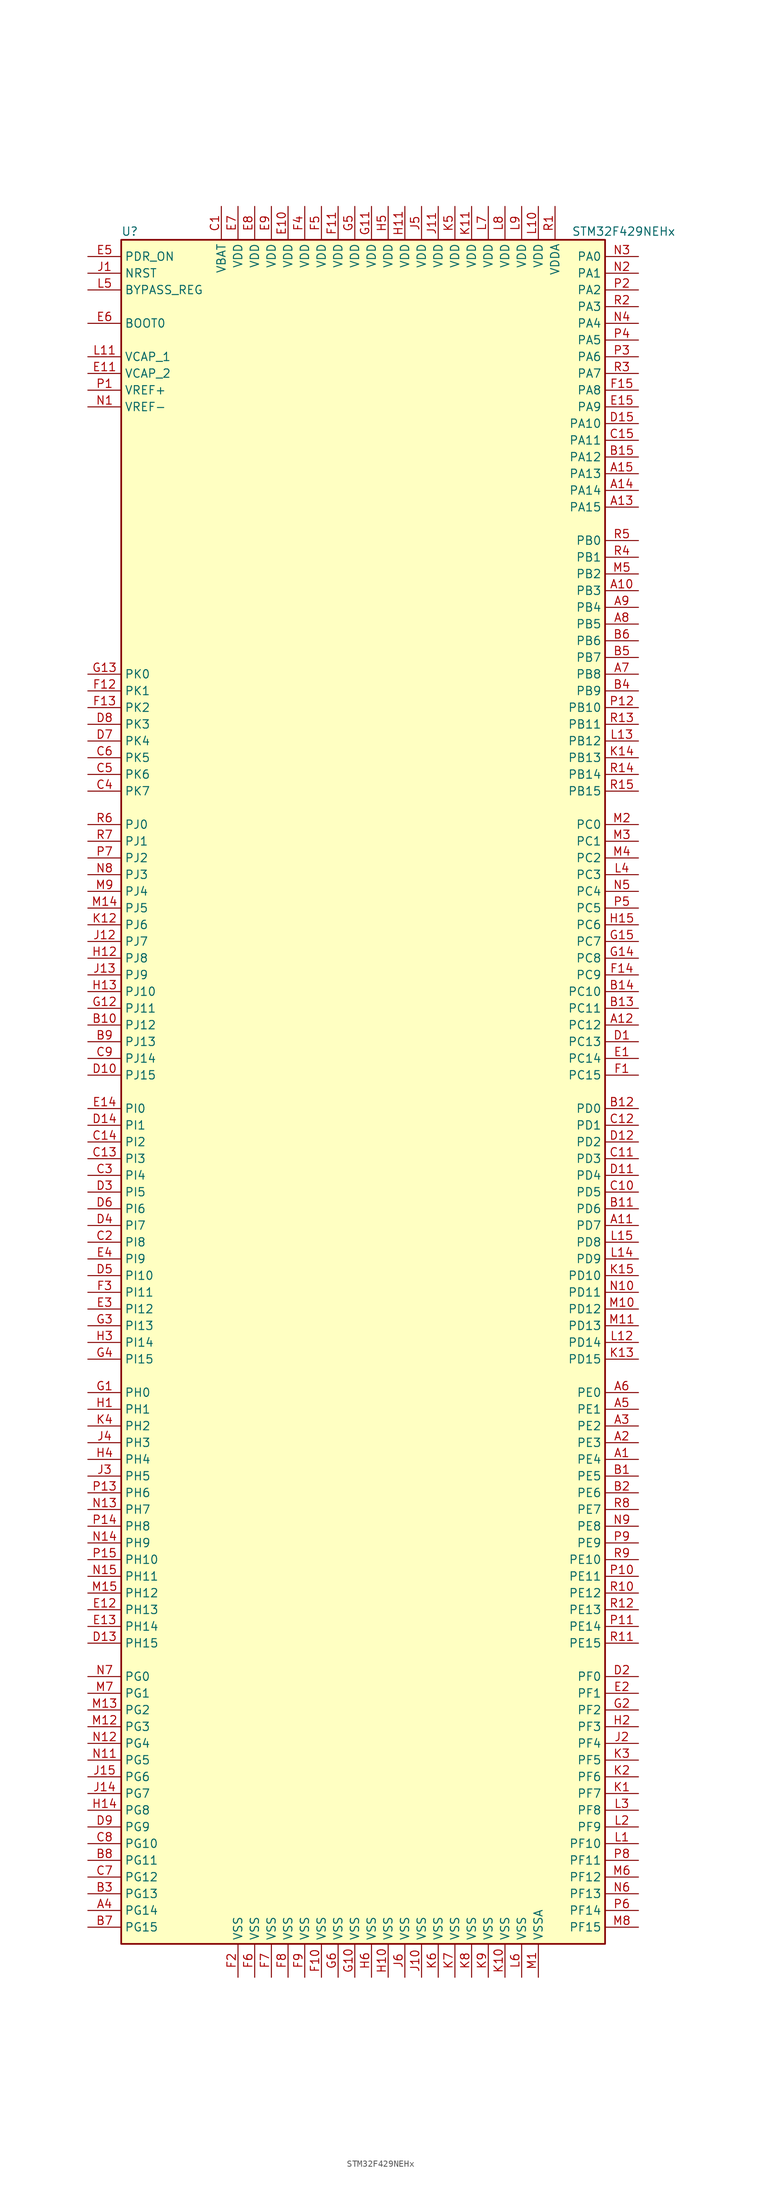
<source format=kicad_sym>
(kicad_symbol_lib
  (version 20201005)
  (generator kicad_symbol_editor)
  (symbol "STM32F429NEHx"
    (property "Reference" "U"
      (at -38.1 130.81 0)
      (effects (font (size 1.27 1.27)) (justify left)))
    (property "Value" "STM32F429NEHx"
      (at 30.48 130.81 0)
      (effects (font (size 1.27 1.27)) (justify left)))
    (symbol "STM32F429NEHx_0_1"
      (rectangle (start -38.1 -129.54) (end 35.56 129.54) (stroke (width 0.254)) (fill (type background))))
    (symbol "STM32F429NEHx_1_1"
      (pin input line (at -43.18 116.84 0) (length 5.08) (name "BOOT0" (effects (font (size 1.27 1.27)))) (number "E6" (effects (font (size 1.27 1.27)))))
      (pin input line (at -43.18 121.92 0) (length 5.08) (name "BYPASS_REG" (effects (font (size 1.27 1.27)))) (number "L5" (effects (font (size 1.27 1.27)))))
      (pin input line (at -43.18 124.46 0) (length 5.08) (name "NRST" (effects (font (size 1.27 1.27)))) (number "J1" (effects (font (size 1.27 1.27)))))
      (pin bidirectional line (at 40.64 127 180) (length 5.08) (name "PA0" (effects (font (size 1.27 1.27)))) (number "N3" (effects (font (size 1.27 1.27)))))
      (pin bidirectional line (at 40.64 124.46 180) (length 5.08) (name "PA1" (effects (font (size 1.27 1.27)))) (number "N2" (effects (font (size 1.27 1.27)))))
      (pin bidirectional line (at 40.64 101.6 180) (length 5.08) (name "PA10" (effects (font (size 1.27 1.27)))) (number "D15" (effects (font (size 1.27 1.27)))))
      (pin bidirectional line (at 40.64 99.06 180) (length 5.08) (name "PA11" (effects (font (size 1.27 1.27)))) (number "C15" (effects (font (size 1.27 1.27)))))
      (pin bidirectional line (at 40.64 96.52 180) (length 5.08) (name "PA12" (effects (font (size 1.27 1.27)))) (number "B15" (effects (font (size 1.27 1.27)))))
      (pin bidirectional line (at 40.64 93.98 180) (length 5.08) (name "PA13" (effects (font (size 1.27 1.27)))) (number "A15" (effects (font (size 1.27 1.27)))))
      (pin bidirectional line (at 40.64 91.44 180) (length 5.08) (name "PA14" (effects (font (size 1.27 1.27)))) (number "A14" (effects (font (size 1.27 1.27)))))
      (pin bidirectional line (at 40.64 88.9 180) (length 5.08) (name "PA15" (effects (font (size 1.27 1.27)))) (number "A13" (effects (font (size 1.27 1.27)))))
      (pin bidirectional line (at 40.64 121.92 180) (length 5.08) (name "PA2" (effects (font (size 1.27 1.27)))) (number "P2" (effects (font (size 1.27 1.27)))))
      (pin bidirectional line (at 40.64 119.38 180) (length 5.08) (name "PA3" (effects (font (size 1.27 1.27)))) (number "R2" (effects (font (size 1.27 1.27)))))
      (pin bidirectional line (at 40.64 116.84 180) (length 5.08) (name "PA4" (effects (font (size 1.27 1.27)))) (number "N4" (effects (font (size 1.27 1.27)))))
      (pin bidirectional line (at 40.64 114.3 180) (length 5.08) (name "PA5" (effects (font (size 1.27 1.27)))) (number "P4" (effects (font (size 1.27 1.27)))))
      (pin bidirectional line (at 40.64 111.76 180) (length 5.08) (name "PA6" (effects (font (size 1.27 1.27)))) (number "P3" (effects (font (size 1.27 1.27)))))
      (pin bidirectional line (at 40.64 109.22 180) (length 5.08) (name "PA7" (effects (font (size 1.27 1.27)))) (number "R3" (effects (font (size 1.27 1.27)))))
      (pin bidirectional line (at 40.64 106.68 180) (length 5.08) (name "PA8" (effects (font (size 1.27 1.27)))) (number "F15" (effects (font (size 1.27 1.27)))))
      (pin bidirectional line (at 40.64 104.14 180) (length 5.08) (name "PA9" (effects (font (size 1.27 1.27)))) (number "E15" (effects (font (size 1.27 1.27)))))
      (pin bidirectional line (at 40.64 83.82 180) (length 5.08) (name "PB0" (effects (font (size 1.27 1.27)))) (number "R5" (effects (font (size 1.27 1.27)))))
      (pin bidirectional line (at 40.64 81.28 180) (length 5.08) (name "PB1" (effects (font (size 1.27 1.27)))) (number "R4" (effects (font (size 1.27 1.27)))))
      (pin bidirectional line (at 40.64 58.42 180) (length 5.08) (name "PB10" (effects (font (size 1.27 1.27)))) (number "P12" (effects (font (size 1.27 1.27)))))
      (pin bidirectional line (at 40.64 55.88 180) (length 5.08) (name "PB11" (effects (font (size 1.27 1.27)))) (number "R13" (effects (font (size 1.27 1.27)))))
      (pin bidirectional line (at 40.64 53.34 180) (length 5.08) (name "PB12" (effects (font (size 1.27 1.27)))) (number "L13" (effects (font (size 1.27 1.27)))))
      (pin bidirectional line (at 40.64 50.8 180) (length 5.08) (name "PB13" (effects (font (size 1.27 1.27)))) (number "K14" (effects (font (size 1.27 1.27)))))
      (pin bidirectional line (at 40.64 48.26 180) (length 5.08) (name "PB14" (effects (font (size 1.27 1.27)))) (number "R14" (effects (font (size 1.27 1.27)))))
      (pin bidirectional line (at 40.64 45.72 180) (length 5.08) (name "PB15" (effects (font (size 1.27 1.27)))) (number "R15" (effects (font (size 1.27 1.27)))))
      (pin bidirectional line (at 40.64 78.74 180) (length 5.08) (name "PB2" (effects (font (size 1.27 1.27)))) (number "M5" (effects (font (size 1.27 1.27)))))
      (pin bidirectional line (at 40.64 76.2 180) (length 5.08) (name "PB3" (effects (font (size 1.27 1.27)))) (number "A10" (effects (font (size 1.27 1.27)))))
      (pin bidirectional line (at 40.64 73.66 180) (length 5.08) (name "PB4" (effects (font (size 1.27 1.27)))) (number "A9" (effects (font (size 1.27 1.27)))))
      (pin bidirectional line (at 40.64 71.12 180) (length 5.08) (name "PB5" (effects (font (size 1.27 1.27)))) (number "A8" (effects (font (size 1.27 1.27)))))
      (pin bidirectional line (at 40.64 68.58 180) (length 5.08) (name "PB6" (effects (font (size 1.27 1.27)))) (number "B6" (effects (font (size 1.27 1.27)))))
      (pin bidirectional line (at 40.64 66.04 180) (length 5.08) (name "PB7" (effects (font (size 1.27 1.27)))) (number "B5" (effects (font (size 1.27 1.27)))))
      (pin bidirectional line (at 40.64 63.5 180) (length 5.08) (name "PB8" (effects (font (size 1.27 1.27)))) (number "A7" (effects (font (size 1.27 1.27)))))
      (pin bidirectional line (at 40.64 60.96 180) (length 5.08) (name "PB9" (effects (font (size 1.27 1.27)))) (number "B4" (effects (font (size 1.27 1.27)))))
      (pin bidirectional line (at 40.64 40.64 180) (length 5.08) (name "PC0" (effects (font (size 1.27 1.27)))) (number "M2" (effects (font (size 1.27 1.27)))))
      (pin bidirectional line (at 40.64 38.1 180) (length 5.08) (name "PC1" (effects (font (size 1.27 1.27)))) (number "M3" (effects (font (size 1.27 1.27)))))
      (pin bidirectional line (at 40.64 15.24 180) (length 5.08) (name "PC10" (effects (font (size 1.27 1.27)))) (number "B14" (effects (font (size 1.27 1.27)))))
      (pin bidirectional line (at 40.64 12.7 180) (length 5.08) (name "PC11" (effects (font (size 1.27 1.27)))) (number "B13" (effects (font (size 1.27 1.27)))))
      (pin bidirectional line (at 40.64 10.16 180) (length 5.08) (name "PC12" (effects (font (size 1.27 1.27)))) (number "A12" (effects (font (size 1.27 1.27)))))
      (pin bidirectional line (at 40.64 7.62 180) (length 5.08) (name "PC13" (effects (font (size 1.27 1.27)))) (number "D1" (effects (font (size 1.27 1.27)))))
      (pin bidirectional line (at 40.64 5.08 180) (length 5.08) (name "PC14" (effects (font (size 1.27 1.27)))) (number "E1" (effects (font (size 1.27 1.27)))))
      (pin bidirectional line (at 40.64 2.54 180) (length 5.08) (name "PC15" (effects (font (size 1.27 1.27)))) (number "F1" (effects (font (size 1.27 1.27)))))
      (pin bidirectional line (at 40.64 35.56 180) (length 5.08) (name "PC2" (effects (font (size 1.27 1.27)))) (number "M4" (effects (font (size 1.27 1.27)))))
      (pin bidirectional line (at 40.64 33.02 180) (length 5.08) (name "PC3" (effects (font (size 1.27 1.27)))) (number "L4" (effects (font (size 1.27 1.27)))))
      (pin bidirectional line (at 40.64 30.48 180) (length 5.08) (name "PC4" (effects (font (size 1.27 1.27)))) (number "N5" (effects (font (size 1.27 1.27)))))
      (pin bidirectional line (at 40.64 27.94 180) (length 5.08) (name "PC5" (effects (font (size 1.27 1.27)))) (number "P5" (effects (font (size 1.27 1.27)))))
      (pin bidirectional line (at 40.64 25.4 180) (length 5.08) (name "PC6" (effects (font (size 1.27 1.27)))) (number "H15" (effects (font (size 1.27 1.27)))))
      (pin bidirectional line (at 40.64 22.86 180) (length 5.08) (name "PC7" (effects (font (size 1.27 1.27)))) (number "G15" (effects (font (size 1.27 1.27)))))
      (pin bidirectional line (at 40.64 20.32 180) (length 5.08) (name "PC8" (effects (font (size 1.27 1.27)))) (number "G14" (effects (font (size 1.27 1.27)))))
      (pin bidirectional line (at 40.64 17.78 180) (length 5.08) (name "PC9" (effects (font (size 1.27 1.27)))) (number "F14" (effects (font (size 1.27 1.27)))))
      (pin bidirectional line (at 40.64 -2.54 180) (length 5.08) (name "PD0" (effects (font (size 1.27 1.27)))) (number "B12" (effects (font (size 1.27 1.27)))))
      (pin bidirectional line (at 40.64 -5.08 180) (length 5.08) (name "PD1" (effects (font (size 1.27 1.27)))) (number "C12" (effects (font (size 1.27 1.27)))))
      (pin bidirectional line (at 40.64 -27.94 180) (length 5.08) (name "PD10" (effects (font (size 1.27 1.27)))) (number "K15" (effects (font (size 1.27 1.27)))))
      (pin bidirectional line (at 40.64 -30.48 180) (length 5.08) (name "PD11" (effects (font (size 1.27 1.27)))) (number "N10" (effects (font (size 1.27 1.27)))))
      (pin bidirectional line (at 40.64 -33.02 180) (length 5.08) (name "PD12" (effects (font (size 1.27 1.27)))) (number "M10" (effects (font (size 1.27 1.27)))))
      (pin bidirectional line (at 40.64 -35.56 180) (length 5.08) (name "PD13" (effects (font (size 1.27 1.27)))) (number "M11" (effects (font (size 1.27 1.27)))))
      (pin bidirectional line (at 40.64 -38.1 180) (length 5.08) (name "PD14" (effects (font (size 1.27 1.27)))) (number "L12" (effects (font (size 1.27 1.27)))))
      (pin bidirectional line (at 40.64 -40.64 180) (length 5.08) (name "PD15" (effects (font (size 1.27 1.27)))) (number "K13" (effects (font (size 1.27 1.27)))))
      (pin bidirectional line (at 40.64 -7.62 180) (length 5.08) (name "PD2" (effects (font (size 1.27 1.27)))) (number "D12" (effects (font (size 1.27 1.27)))))
      (pin bidirectional line (at 40.64 -10.16 180) (length 5.08) (name "PD3" (effects (font (size 1.27 1.27)))) (number "C11" (effects (font (size 1.27 1.27)))))
      (pin bidirectional line (at 40.64 -12.7 180) (length 5.08) (name "PD4" (effects (font (size 1.27 1.27)))) (number "D11" (effects (font (size 1.27 1.27)))))
      (pin bidirectional line (at 40.64 -15.24 180) (length 5.08) (name "PD5" (effects (font (size 1.27 1.27)))) (number "C10" (effects (font (size 1.27 1.27)))))
      (pin bidirectional line (at 40.64 -17.78 180) (length 5.08) (name "PD6" (effects (font (size 1.27 1.27)))) (number "B11" (effects (font (size 1.27 1.27)))))
      (pin bidirectional line (at 40.64 -20.32 180) (length 5.08) (name "PD7" (effects (font (size 1.27 1.27)))) (number "A11" (effects (font (size 1.27 1.27)))))
      (pin bidirectional line (at 40.64 -22.86 180) (length 5.08) (name "PD8" (effects (font (size 1.27 1.27)))) (number "L15" (effects (font (size 1.27 1.27)))))
      (pin bidirectional line (at 40.64 -25.4 180) (length 5.08) (name "PD9" (effects (font (size 1.27 1.27)))) (number "L14" (effects (font (size 1.27 1.27)))))
      (pin input line (at -43.18 127 0) (length 5.08) (name "PDR_ON" (effects (font (size 1.27 1.27)))) (number "E5" (effects (font (size 1.27 1.27)))))
      (pin bidirectional line (at 40.64 -45.72 180) (length 5.08) (name "PE0" (effects (font (size 1.27 1.27)))) (number "A6" (effects (font (size 1.27 1.27)))))
      (pin bidirectional line (at 40.64 -48.26 180) (length 5.08) (name "PE1" (effects (font (size 1.27 1.27)))) (number "A5" (effects (font (size 1.27 1.27)))))
      (pin bidirectional line (at 40.64 -71.12 180) (length 5.08) (name "PE10" (effects (font (size 1.27 1.27)))) (number "R9" (effects (font (size 1.27 1.27)))))
      (pin bidirectional line (at 40.64 -73.66 180) (length 5.08) (name "PE11" (effects (font (size 1.27 1.27)))) (number "P10" (effects (font (size 1.27 1.27)))))
      (pin bidirectional line (at 40.64 -76.2 180) (length 5.08) (name "PE12" (effects (font (size 1.27 1.27)))) (number "R10" (effects (font (size 1.27 1.27)))))
      (pin bidirectional line (at 40.64 -78.74 180) (length 5.08) (name "PE13" (effects (font (size 1.27 1.27)))) (number "R12" (effects (font (size 1.27 1.27)))))
      (pin bidirectional line (at 40.64 -81.28 180) (length 5.08) (name "PE14" (effects (font (size 1.27 1.27)))) (number "P11" (effects (font (size 1.27 1.27)))))
      (pin bidirectional line (at 40.64 -83.82 180) (length 5.08) (name "PE15" (effects (font (size 1.27 1.27)))) (number "R11" (effects (font (size 1.27 1.27)))))
      (pin bidirectional line (at 40.64 -50.8 180) (length 5.08) (name "PE2" (effects (font (size 1.27 1.27)))) (number "A3" (effects (font (size 1.27 1.27)))))
      (pin bidirectional line (at 40.64 -53.34 180) (length 5.08) (name "PE3" (effects (font (size 1.27 1.27)))) (number "A2" (effects (font (size 1.27 1.27)))))
      (pin bidirectional line (at 40.64 -55.88 180) (length 5.08) (name "PE4" (effects (font (size 1.27 1.27)))) (number "A1" (effects (font (size 1.27 1.27)))))
      (pin bidirectional line (at 40.64 -58.42 180) (length 5.08) (name "PE5" (effects (font (size 1.27 1.27)))) (number "B1" (effects (font (size 1.27 1.27)))))
      (pin bidirectional line (at 40.64 -60.96 180) (length 5.08) (name "PE6" (effects (font (size 1.27 1.27)))) (number "B2" (effects (font (size 1.27 1.27)))))
      (pin bidirectional line (at 40.64 -63.5 180) (length 5.08) (name "PE7" (effects (font (size 1.27 1.27)))) (number "R8" (effects (font (size 1.27 1.27)))))
      (pin bidirectional line (at 40.64 -66.04 180) (length 5.08) (name "PE8" (effects (font (size 1.27 1.27)))) (number "N9" (effects (font (size 1.27 1.27)))))
      (pin bidirectional line (at 40.64 -68.58 180) (length 5.08) (name "PE9" (effects (font (size 1.27 1.27)))) (number "P9" (effects (font (size 1.27 1.27)))))
      (pin bidirectional line (at 40.64 -88.9 180) (length 5.08) (name "PF0" (effects (font (size 1.27 1.27)))) (number "D2" (effects (font (size 1.27 1.27)))))
      (pin bidirectional line (at 40.64 -91.44 180) (length 5.08) (name "PF1" (effects (font (size 1.27 1.27)))) (number "E2" (effects (font (size 1.27 1.27)))))
      (pin bidirectional line (at 40.64 -114.3 180) (length 5.08) (name "PF10" (effects (font (size 1.27 1.27)))) (number "L1" (effects (font (size 1.27 1.27)))))
      (pin bidirectional line (at 40.64 -116.84 180) (length 5.08) (name "PF11" (effects (font (size 1.27 1.27)))) (number "P8" (effects (font (size 1.27 1.27)))))
      (pin bidirectional line (at 40.64 -119.38 180) (length 5.08) (name "PF12" (effects (font (size 1.27 1.27)))) (number "M6" (effects (font (size 1.27 1.27)))))
      (pin bidirectional line (at 40.64 -121.92 180) (length 5.08) (name "PF13" (effects (font (size 1.27 1.27)))) (number "N6" (effects (font (size 1.27 1.27)))))
      (pin bidirectional line (at 40.64 -124.46 180) (length 5.08) (name "PF14" (effects (font (size 1.27 1.27)))) (number "P6" (effects (font (size 1.27 1.27)))))
      (pin bidirectional line (at 40.64 -127 180) (length 5.08) (name "PF15" (effects (font (size 1.27 1.27)))) (number "M8" (effects (font (size 1.27 1.27)))))
      (pin bidirectional line (at 40.64 -93.98 180) (length 5.08) (name "PF2" (effects (font (size 1.27 1.27)))) (number "G2" (effects (font (size 1.27 1.27)))))
      (pin bidirectional line (at 40.64 -96.52 180) (length 5.08) (name "PF3" (effects (font (size 1.27 1.27)))) (number "H2" (effects (font (size 1.27 1.27)))))
      (pin bidirectional line (at 40.64 -99.06 180) (length 5.08) (name "PF4" (effects (font (size 1.27 1.27)))) (number "J2" (effects (font (size 1.27 1.27)))))
      (pin bidirectional line (at 40.64 -101.6 180) (length 5.08) (name "PF5" (effects (font (size 1.27 1.27)))) (number "K3" (effects (font (size 1.27 1.27)))))
      (pin bidirectional line (at 40.64 -104.14 180) (length 5.08) (name "PF6" (effects (font (size 1.27 1.27)))) (number "K2" (effects (font (size 1.27 1.27)))))
      (pin bidirectional line (at 40.64 -106.68 180) (length 5.08) (name "PF7" (effects (font (size 1.27 1.27)))) (number "K1" (effects (font (size 1.27 1.27)))))
      (pin bidirectional line (at 40.64 -109.22 180) (length 5.08) (name "PF8" (effects (font (size 1.27 1.27)))) (number "L3" (effects (font (size 1.27 1.27)))))
      (pin bidirectional line (at 40.64 -111.76 180) (length 5.08) (name "PF9" (effects (font (size 1.27 1.27)))) (number "L2" (effects (font (size 1.27 1.27)))))
      (pin bidirectional line (at -43.18 -88.9 0) (length 5.08) (name "PG0" (effects (font (size 1.27 1.27)))) (number "N7" (effects (font (size 1.27 1.27)))))
      (pin bidirectional line (at -43.18 -91.44 0) (length 5.08) (name "PG1" (effects (font (size 1.27 1.27)))) (number "M7" (effects (font (size 1.27 1.27)))))
      (pin bidirectional line (at -43.18 -114.3 0) (length 5.08) (name "PG10" (effects (font (size 1.27 1.27)))) (number "C8" (effects (font (size 1.27 1.27)))))
      (pin bidirectional line (at -43.18 -116.84 0) (length 5.08) (name "PG11" (effects (font (size 1.27 1.27)))) (number "B8" (effects (font (size 1.27 1.27)))))
      (pin bidirectional line (at -43.18 -119.38 0) (length 5.08) (name "PG12" (effects (font (size 1.27 1.27)))) (number "C7" (effects (font (size 1.27 1.27)))))
      (pin bidirectional line (at -43.18 -121.92 0) (length 5.08) (name "PG13" (effects (font (size 1.27 1.27)))) (number "B3" (effects (font (size 1.27 1.27)))))
      (pin bidirectional line (at -43.18 -124.46 0) (length 5.08) (name "PG14" (effects (font (size 1.27 1.27)))) (number "A4" (effects (font (size 1.27 1.27)))))
      (pin bidirectional line (at -43.18 -127 0) (length 5.08) (name "PG15" (effects (font (size 1.27 1.27)))) (number "B7" (effects (font (size 1.27 1.27)))))
      (pin bidirectional line (at -43.18 -93.98 0) (length 5.08) (name "PG2" (effects (font (size 1.27 1.27)))) (number "M13" (effects (font (size 1.27 1.27)))))
      (pin bidirectional line (at -43.18 -96.52 0) (length 5.08) (name "PG3" (effects (font (size 1.27 1.27)))) (number "M12" (effects (font (size 1.27 1.27)))))
      (pin bidirectional line (at -43.18 -99.06 0) (length 5.08) (name "PG4" (effects (font (size 1.27 1.27)))) (number "N12" (effects (font (size 1.27 1.27)))))
      (pin bidirectional line (at -43.18 -101.6 0) (length 5.08) (name "PG5" (effects (font (size 1.27 1.27)))) (number "N11" (effects (font (size 1.27 1.27)))))
      (pin bidirectional line (at -43.18 -104.14 0) (length 5.08) (name "PG6" (effects (font (size 1.27 1.27)))) (number "J15" (effects (font (size 1.27 1.27)))))
      (pin bidirectional line (at -43.18 -106.68 0) (length 5.08) (name "PG7" (effects (font (size 1.27 1.27)))) (number "J14" (effects (font (size 1.27 1.27)))))
      (pin bidirectional line (at -43.18 -109.22 0) (length 5.08) (name "PG8" (effects (font (size 1.27 1.27)))) (number "H14" (effects (font (size 1.27 1.27)))))
      (pin bidirectional line (at -43.18 -111.76 0) (length 5.08) (name "PG9" (effects (font (size 1.27 1.27)))) (number "D9" (effects (font (size 1.27 1.27)))))
      (pin input line (at -43.18 -45.72 0) (length 5.08) (name "PH0" (effects (font (size 1.27 1.27)))) (number "G1" (effects (font (size 1.27 1.27)))))
      (pin input line (at -43.18 -48.26 0) (length 5.08) (name "PH1" (effects (font (size 1.27 1.27)))) (number "H1" (effects (font (size 1.27 1.27)))))
      (pin bidirectional line (at -43.18 -71.12 0) (length 5.08) (name "PH10" (effects (font (size 1.27 1.27)))) (number "P15" (effects (font (size 1.27 1.27)))))
      (pin bidirectional line (at -43.18 -73.66 0) (length 5.08) (name "PH11" (effects (font (size 1.27 1.27)))) (number "N15" (effects (font (size 1.27 1.27)))))
      (pin bidirectional line (at -43.18 -76.2 0) (length 5.08) (name "PH12" (effects (font (size 1.27 1.27)))) (number "M15" (effects (font (size 1.27 1.27)))))
      (pin bidirectional line (at -43.18 -78.74 0) (length 5.08) (name "PH13" (effects (font (size 1.27 1.27)))) (number "E12" (effects (font (size 1.27 1.27)))))
      (pin bidirectional line (at -43.18 -81.28 0) (length 5.08) (name "PH14" (effects (font (size 1.27 1.27)))) (number "E13" (effects (font (size 1.27 1.27)))))
      (pin bidirectional line (at -43.18 -83.82 0) (length 5.08) (name "PH15" (effects (font (size 1.27 1.27)))) (number "D13" (effects (font (size 1.27 1.27)))))
      (pin bidirectional line (at -43.18 -50.8 0) (length 5.08) (name "PH2" (effects (font (size 1.27 1.27)))) (number "K4" (effects (font (size 1.27 1.27)))))
      (pin bidirectional line (at -43.18 -53.34 0) (length 5.08) (name "PH3" (effects (font (size 1.27 1.27)))) (number "J4" (effects (font (size 1.27 1.27)))))
      (pin bidirectional line (at -43.18 -55.88 0) (length 5.08) (name "PH4" (effects (font (size 1.27 1.27)))) (number "H4" (effects (font (size 1.27 1.27)))))
      (pin bidirectional line (at -43.18 -58.42 0) (length 5.08) (name "PH5" (effects (font (size 1.27 1.27)))) (number "J3" (effects (font (size 1.27 1.27)))))
      (pin bidirectional line (at -43.18 -60.96 0) (length 5.08) (name "PH6" (effects (font (size 1.27 1.27)))) (number "P13" (effects (font (size 1.27 1.27)))))
      (pin bidirectional line (at -43.18 -63.5 0) (length 5.08) (name "PH7" (effects (font (size 1.27 1.27)))) (number "N13" (effects (font (size 1.27 1.27)))))
      (pin bidirectional line (at -43.18 -66.04 0) (length 5.08) (name "PH8" (effects (font (size 1.27 1.27)))) (number "P14" (effects (font (size 1.27 1.27)))))
      (pin bidirectional line (at -43.18 -68.58 0) (length 5.08) (name "PH9" (effects (font (size 1.27 1.27)))) (number "N14" (effects (font (size 1.27 1.27)))))
      (pin bidirectional line (at -43.18 -2.54 0) (length 5.08) (name "PI0" (effects (font (size 1.27 1.27)))) (number "E14" (effects (font (size 1.27 1.27)))))
      (pin bidirectional line (at -43.18 -5.08 0) (length 5.08) (name "PI1" (effects (font (size 1.27 1.27)))) (number "D14" (effects (font (size 1.27 1.27)))))
      (pin bidirectional line (at -43.18 -27.94 0) (length 5.08) (name "PI10" (effects (font (size 1.27 1.27)))) (number "D5" (effects (font (size 1.27 1.27)))))
      (pin bidirectional line (at -43.18 -30.48 0) (length 5.08) (name "PI11" (effects (font (size 1.27 1.27)))) (number "F3" (effects (font (size 1.27 1.27)))))
      (pin bidirectional line (at -43.18 -33.02 0) (length 5.08) (name "PI12" (effects (font (size 1.27 1.27)))) (number "E3" (effects (font (size 1.27 1.27)))))
      (pin bidirectional line (at -43.18 -35.56 0) (length 5.08) (name "PI13" (effects (font (size 1.27 1.27)))) (number "G3" (effects (font (size 1.27 1.27)))))
      (pin bidirectional line (at -43.18 -38.1 0) (length 5.08) (name "PI14" (effects (font (size 1.27 1.27)))) (number "H3" (effects (font (size 1.27 1.27)))))
      (pin bidirectional line (at -43.18 -40.64 0) (length 5.08) (name "PI15" (effects (font (size 1.27 1.27)))) (number "G4" (effects (font (size 1.27 1.27)))))
      (pin bidirectional line (at -43.18 -7.62 0) (length 5.08) (name "PI2" (effects (font (size 1.27 1.27)))) (number "C14" (effects (font (size 1.27 1.27)))))
      (pin bidirectional line (at -43.18 -10.16 0) (length 5.08) (name "PI3" (effects (font (size 1.27 1.27)))) (number "C13" (effects (font (size 1.27 1.27)))))
      (pin bidirectional line (at -43.18 -12.7 0) (length 5.08) (name "PI4" (effects (font (size 1.27 1.27)))) (number "C3" (effects (font (size 1.27 1.27)))))
      (pin bidirectional line (at -43.18 -15.24 0) (length 5.08) (name "PI5" (effects (font (size 1.27 1.27)))) (number "D3" (effects (font (size 1.27 1.27)))))
      (pin bidirectional line (at -43.18 -17.78 0) (length 5.08) (name "PI6" (effects (font (size 1.27 1.27)))) (number "D6" (effects (font (size 1.27 1.27)))))
      (pin bidirectional line (at -43.18 -20.32 0) (length 5.08) (name "PI7" (effects (font (size 1.27 1.27)))) (number "D4" (effects (font (size 1.27 1.27)))))
      (pin bidirectional line (at -43.18 -22.86 0) (length 5.08) (name "PI8" (effects (font (size 1.27 1.27)))) (number "C2" (effects (font (size 1.27 1.27)))))
      (pin bidirectional line (at -43.18 -25.4 0) (length 5.08) (name "PI9" (effects (font (size 1.27 1.27)))) (number "E4" (effects (font (size 1.27 1.27)))))
      (pin bidirectional line (at -43.18 40.64 0) (length 5.08) (name "PJ0" (effects (font (size 1.27 1.27)))) (number "R6" (effects (font (size 1.27 1.27)))))
      (pin bidirectional line (at -43.18 38.1 0) (length 5.08) (name "PJ1" (effects (font (size 1.27 1.27)))) (number "R7" (effects (font (size 1.27 1.27)))))
      (pin bidirectional line (at -43.18 15.24 0) (length 5.08) (name "PJ10" (effects (font (size 1.27 1.27)))) (number "H13" (effects (font (size 1.27 1.27)))))
      (pin bidirectional line (at -43.18 12.7 0) (length 5.08) (name "PJ11" (effects (font (size 1.27 1.27)))) (number "G12" (effects (font (size 1.27 1.27)))))
      (pin bidirectional line (at -43.18 10.16 0) (length 5.08) (name "PJ12" (effects (font (size 1.27 1.27)))) (number "B10" (effects (font (size 1.27 1.27)))))
      (pin bidirectional line (at -43.18 7.62 0) (length 5.08) (name "PJ13" (effects (font (size 1.27 1.27)))) (number "B9" (effects (font (size 1.27 1.27)))))
      (pin bidirectional line (at -43.18 5.08 0) (length 5.08) (name "PJ14" (effects (font (size 1.27 1.27)))) (number "C9" (effects (font (size 1.27 1.27)))))
      (pin bidirectional line (at -43.18 2.54 0) (length 5.08) (name "PJ15" (effects (font (size 1.27 1.27)))) (number "D10" (effects (font (size 1.27 1.27)))))
      (pin bidirectional line (at -43.18 35.56 0) (length 5.08) (name "PJ2" (effects (font (size 1.27 1.27)))) (number "P7" (effects (font (size 1.27 1.27)))))
      (pin bidirectional line (at -43.18 33.02 0) (length 5.08) (name "PJ3" (effects (font (size 1.27 1.27)))) (number "N8" (effects (font (size 1.27 1.27)))))
      (pin bidirectional line (at -43.18 30.48 0) (length 5.08) (name "PJ4" (effects (font (size 1.27 1.27)))) (number "M9" (effects (font (size 1.27 1.27)))))
      (pin bidirectional line (at -43.18 27.94 0) (length 5.08) (name "PJ5" (effects (font (size 1.27 1.27)))) (number "M14" (effects (font (size 1.27 1.27)))))
      (pin bidirectional line (at -43.18 25.4 0) (length 5.08) (name "PJ6" (effects (font (size 1.27 1.27)))) (number "K12" (effects (font (size 1.27 1.27)))))
      (pin bidirectional line (at -43.18 22.86 0) (length 5.08) (name "PJ7" (effects (font (size 1.27 1.27)))) (number "J12" (effects (font (size 1.27 1.27)))))
      (pin bidirectional line (at -43.18 20.32 0) (length 5.08) (name "PJ8" (effects (font (size 1.27 1.27)))) (number "H12" (effects (font (size 1.27 1.27)))))
      (pin bidirectional line (at -43.18 17.78 0) (length 5.08) (name "PJ9" (effects (font (size 1.27 1.27)))) (number "J13" (effects (font (size 1.27 1.27)))))
      (pin bidirectional line (at -43.18 63.5 0) (length 5.08) (name "PK0" (effects (font (size 1.27 1.27)))) (number "G13" (effects (font (size 1.27 1.27)))))
      (pin bidirectional line (at -43.18 60.96 0) (length 5.08) (name "PK1" (effects (font (size 1.27 1.27)))) (number "F12" (effects (font (size 1.27 1.27)))))
      (pin bidirectional line (at -43.18 58.42 0) (length 5.08) (name "PK2" (effects (font (size 1.27 1.27)))) (number "F13" (effects (font (size 1.27 1.27)))))
      (pin bidirectional line (at -43.18 55.88 0) (length 5.08) (name "PK3" (effects (font (size 1.27 1.27)))) (number "D8" (effects (font (size 1.27 1.27)))))
      (pin bidirectional line (at -43.18 53.34 0) (length 5.08) (name "PK4" (effects (font (size 1.27 1.27)))) (number "D7" (effects (font (size 1.27 1.27)))))
      (pin bidirectional line (at -43.18 50.8 0) (length 5.08) (name "PK5" (effects (font (size 1.27 1.27)))) (number "C6" (effects (font (size 1.27 1.27)))))
      (pin bidirectional line (at -43.18 48.26 0) (length 5.08) (name "PK6" (effects (font (size 1.27 1.27)))) (number "C5" (effects (font (size 1.27 1.27)))))
      (pin bidirectional line (at -43.18 45.72 0) (length 5.08) (name "PK7" (effects (font (size 1.27 1.27)))) (number "C4" (effects (font (size 1.27 1.27)))))
      (pin power_in line (at -22.86 134.62 270) (length 5.08) (name "VBAT" (effects (font (size 1.27 1.27)))) (number "C1" (effects (font (size 1.27 1.27)))))
      (pin power_in line (at -43.18 111.76 0) (length 5.08) (name "VCAP_1" (effects (font (size 1.27 1.27)))) (number "L11" (effects (font (size 1.27 1.27)))))
      (pin power_in line (at -43.18 109.22 0) (length 5.08) (name "VCAP_2" (effects (font (size 1.27 1.27)))) (number "E11" (effects (font (size 1.27 1.27)))))
      (pin power_in line (at -12.7 134.62 270) (length 5.08) (name "VDD" (effects (font (size 1.27 1.27)))) (number "E10" (effects (font (size 1.27 1.27)))))
      (pin power_in line (at -20.32 134.62 270) (length 5.08) (name "VDD" (effects (font (size 1.27 1.27)))) (number "E7" (effects (font (size 1.27 1.27)))))
      (pin power_in line (at -17.78 134.62 270) (length 5.08) (name "VDD" (effects (font (size 1.27 1.27)))) (number "E8" (effects (font (size 1.27 1.27)))))
      (pin power_in line (at -15.24 134.62 270) (length 5.08) (name "VDD" (effects (font (size 1.27 1.27)))) (number "E9" (effects (font (size 1.27 1.27)))))
      (pin power_in line (at -5.08 134.62 270) (length 5.08) (name "VDD" (effects (font (size 1.27 1.27)))) (number "F11" (effects (font (size 1.27 1.27)))))
      (pin power_in line (at -10.16 134.62 270) (length 5.08) (name "VDD" (effects (font (size 1.27 1.27)))) (number "F4" (effects (font (size 1.27 1.27)))))
      (pin power_in line (at -7.62 134.62 270) (length 5.08) (name "VDD" (effects (font (size 1.27 1.27)))) (number "F5" (effects (font (size 1.27 1.27)))))
      (pin power_in line (at 0 134.62 270) (length 5.08) (name "VDD" (effects (font (size 1.27 1.27)))) (number "G11" (effects (font (size 1.27 1.27)))))
      (pin power_in line (at -2.54 134.62 270) (length 5.08) (name "VDD" (effects (font (size 1.27 1.27)))) (number "G5" (effects (font (size 1.27 1.27)))))
      (pin power_in line (at 5.08 134.62 270) (length 5.08) (name "VDD" (effects (font (size 1.27 1.27)))) (number "H11" (effects (font (size 1.27 1.27)))))
      (pin power_in line (at 2.54 134.62 270) (length 5.08) (name "VDD" (effects (font (size 1.27 1.27)))) (number "H5" (effects (font (size 1.27 1.27)))))
      (pin power_in line (at 10.16 134.62 270) (length 5.08) (name "VDD" (effects (font (size 1.27 1.27)))) (number "J11" (effects (font (size 1.27 1.27)))))
      (pin power_in line (at 7.62 134.62 270) (length 5.08) (name "VDD" (effects (font (size 1.27 1.27)))) (number "J5" (effects (font (size 1.27 1.27)))))
      (pin power_in line (at 15.24 134.62 270) (length 5.08) (name "VDD" (effects (font (size 1.27 1.27)))) (number "K11" (effects (font (size 1.27 1.27)))))
      (pin power_in line (at 12.7 134.62 270) (length 5.08) (name "VDD" (effects (font (size 1.27 1.27)))) (number "K5" (effects (font (size 1.27 1.27)))))
      (pin power_in line (at 25.4 134.62 270) (length 5.08) (name "VDD" (effects (font (size 1.27 1.27)))) (number "L10" (effects (font (size 1.27 1.27)))))
      (pin power_in line (at 17.78 134.62 270) (length 5.08) (name "VDD" (effects (font (size 1.27 1.27)))) (number "L7" (effects (font (size 1.27 1.27)))))
      (pin power_in line (at 20.32 134.62 270) (length 5.08) (name "VDD" (effects (font (size 1.27 1.27)))) (number "L8" (effects (font (size 1.27 1.27)))))
      (pin power_in line (at 22.86 134.62 270) (length 5.08) (name "VDD" (effects (font (size 1.27 1.27)))) (number "L9" (effects (font (size 1.27 1.27)))))
      (pin power_in line (at 27.94 134.62 270) (length 5.08) (name "VDDA" (effects (font (size 1.27 1.27)))) (number "R1" (effects (font (size 1.27 1.27)))))
      (pin power_in line (at -43.18 106.68 0) (length 5.08) (name "VREF+" (effects (font (size 1.27 1.27)))) (number "P1" (effects (font (size 1.27 1.27)))))
      (pin power_in line (at -43.18 104.14 0) (length 5.08) (name "VREF-" (effects (font (size 1.27 1.27)))) (number "N1" (effects (font (size 1.27 1.27)))))
      (pin power_in line (at -7.62 -134.62 90) (length 5.08) (name "VSS" (effects (font (size 1.27 1.27)))) (number "F10" (effects (font (size 1.27 1.27)))))
      (pin power_in line (at -20.32 -134.62 90) (length 5.08) (name "VSS" (effects (font (size 1.27 1.27)))) (number "F2" (effects (font (size 1.27 1.27)))))
      (pin power_in line (at -17.78 -134.62 90) (length 5.08) (name "VSS" (effects (font (size 1.27 1.27)))) (number "F6" (effects (font (size 1.27 1.27)))))
      (pin power_in line (at -15.24 -134.62 90) (length 5.08) (name "VSS" (effects (font (size 1.27 1.27)))) (number "F7" (effects (font (size 1.27 1.27)))))
      (pin power_in line (at -12.7 -134.62 90) (length 5.08) (name "VSS" (effects (font (size 1.27 1.27)))) (number "F8" (effects (font (size 1.27 1.27)))))
      (pin power_in line (at -10.16 -134.62 90) (length 5.08) (name "VSS" (effects (font (size 1.27 1.27)))) (number "F9" (effects (font (size 1.27 1.27)))))
      (pin power_in line (at -2.54 -134.62 90) (length 5.08) (name "VSS" (effects (font (size 1.27 1.27)))) (number "G10" (effects (font (size 1.27 1.27)))))
      (pin power_in line (at -5.08 -134.62 90) (length 5.08) (name "VSS" (effects (font (size 1.27 1.27)))) (number "G6" (effects (font (size 1.27 1.27)))))
      (pin power_in line (at 2.54 -134.62 90) (length 5.08) (name "VSS" (effects (font (size 1.27 1.27)))) (number "H10" (effects (font (size 1.27 1.27)))))
      (pin power_in line (at 0 -134.62 90) (length 5.08) (name "VSS" (effects (font (size 1.27 1.27)))) (number "H6" (effects (font (size 1.27 1.27)))))
      (pin power_in line (at 7.62 -134.62 90) (length 5.08) (name "VSS" (effects (font (size 1.27 1.27)))) (number "J10" (effects (font (size 1.27 1.27)))))
      (pin power_in line (at 5.08 -134.62 90) (length 5.08) (name "VSS" (effects (font (size 1.27 1.27)))) (number "J6" (effects (font (size 1.27 1.27)))))
      (pin power_in line (at 20.32 -134.62 90) (length 5.08) (name "VSS" (effects (font (size 1.27 1.27)))) (number "K10" (effects (font (size 1.27 1.27)))))
      (pin power_in line (at 10.16 -134.62 90) (length 5.08) (name "VSS" (effects (font (size 1.27 1.27)))) (number "K6" (effects (font (size 1.27 1.27)))))
      (pin power_in line (at 12.7 -134.62 90) (length 5.08) (name "VSS" (effects (font (size 1.27 1.27)))) (number "K7" (effects (font (size 1.27 1.27)))))
      (pin power_in line (at 15.24 -134.62 90) (length 5.08) (name "VSS" (effects (font (size 1.27 1.27)))) (number "K8" (effects (font (size 1.27 1.27)))))
      (pin power_in line (at 17.78 -134.62 90) (length 5.08) (name "VSS" (effects (font (size 1.27 1.27)))) (number "K9" (effects (font (size 1.27 1.27)))))
      (pin power_in line (at 22.86 -134.62 90) (length 5.08) (name "VSS" (effects (font (size 1.27 1.27)))) (number "L6" (effects (font (size 1.27 1.27)))))
      (pin power_in line (at 25.4 -134.62 90) (length 5.08) (name "VSSA" (effects (font (size 1.27 1.27)))) (number "M1" (effects (font (size 1.27 1.27))))))))
</source>
